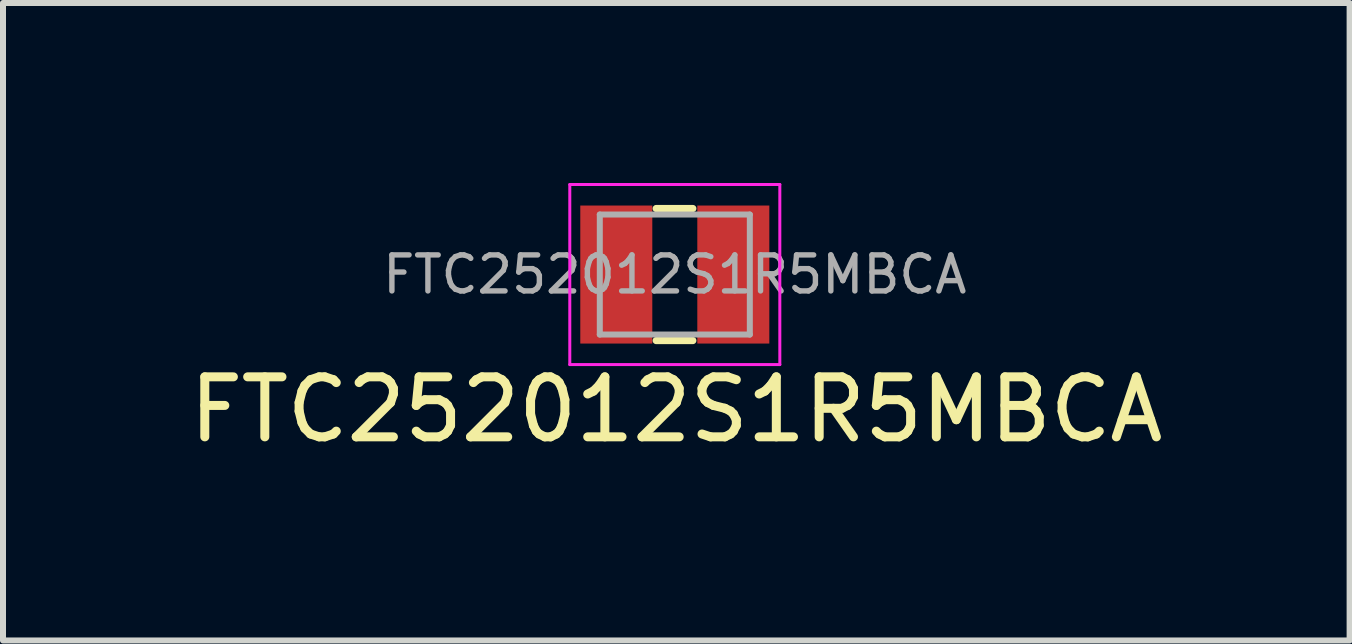
<source format=kicad_pcb>
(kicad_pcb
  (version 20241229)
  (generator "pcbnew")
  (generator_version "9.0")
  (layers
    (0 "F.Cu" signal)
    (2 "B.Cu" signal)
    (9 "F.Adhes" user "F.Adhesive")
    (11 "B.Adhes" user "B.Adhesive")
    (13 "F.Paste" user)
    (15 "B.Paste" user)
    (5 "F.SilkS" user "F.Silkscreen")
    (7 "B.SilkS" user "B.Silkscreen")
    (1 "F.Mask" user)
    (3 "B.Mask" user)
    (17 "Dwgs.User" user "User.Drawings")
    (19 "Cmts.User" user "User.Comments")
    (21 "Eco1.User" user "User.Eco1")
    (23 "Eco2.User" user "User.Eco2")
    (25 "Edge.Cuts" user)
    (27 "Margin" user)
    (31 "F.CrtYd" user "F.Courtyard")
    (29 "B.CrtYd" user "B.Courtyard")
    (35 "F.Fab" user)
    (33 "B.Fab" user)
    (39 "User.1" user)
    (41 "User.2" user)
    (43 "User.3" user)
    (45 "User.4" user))
  (footprint "FTC252012S1R5MBCA"
    (layer "F.Cu")
    (at 8.195 1.525)
    (property "Reference" "FTC252012S1R5MBCA" (at 0.025 2.25 0) (layer "F.SilkS") (effects (font (size 1 1) (thickness 0.15))))
    (attr smd)
    (fp_line (start -0.31 -1.1) (end 0.3 -1.1) (stroke (width 0.12) (type solid)) (layer "F.SilkS"))
    (fp_line (start -0.31 1.1) (end 0.3 1.1) (stroke (width 0.12) (type solid)) (layer "F.SilkS"))
    (fp_line (start -1.75 -1.5) (end -1.75 1.5) (stroke (width 0.05) (type solid)) (layer "F.CrtYd"))
    (fp_line (start -1.75 1.5) (end 1.75 1.5) (stroke (width 0.05) (type solid)) (layer "F.CrtYd"))
    (fp_line (start 1.75 -1.5) (end -1.75 -1.5) (stroke (width 0.05) (type solid)) (layer "F.CrtYd"))
    (fp_line (start 1.75 1.5) (end 1.75 -1.5) (stroke (width 0.05) (type solid)) (layer "F.CrtYd"))
    (fp_line (start -1.25 -1) (end -1.25 1) (stroke (width 0.1) (type solid)) (layer "F.Fab"))
    (fp_line (start -1.25 1) (end 1.25 1) (stroke (width 0.1) (type solid)) (layer "F.Fab"))
    (fp_line (start 1.25 -1) (end -1.25 -1) (stroke (width 0.1) (type solid)) (layer "F.Fab"))
    (fp_line (start 1.25 1) (end 1.25 -1) (stroke (width 0.1) (type solid)) (layer "F.Fab"))
    (fp_text user "${REFERENCE}" (at 0 0 0) (layer "F.Fab") (effects (font (size 0.6 0.6) (thickness 0.09))))
    (pad "1" smd rect (at -0.975 0) (size 1.2 2.3) (layers "F.Cu" "F.Mask" "F.Paste"))
    (pad "2" smd rect (at 0.975 0) (size 1.2 2.3) (layers "F.Cu" "F.Mask" "F.Paste")))
  (gr_rect
    (start -3 -3)
    (end 19.44 7.623)
    (stroke (width 0.1) (type default))
    (fill no)
    (layer "Edge.Cuts")))
</source>
